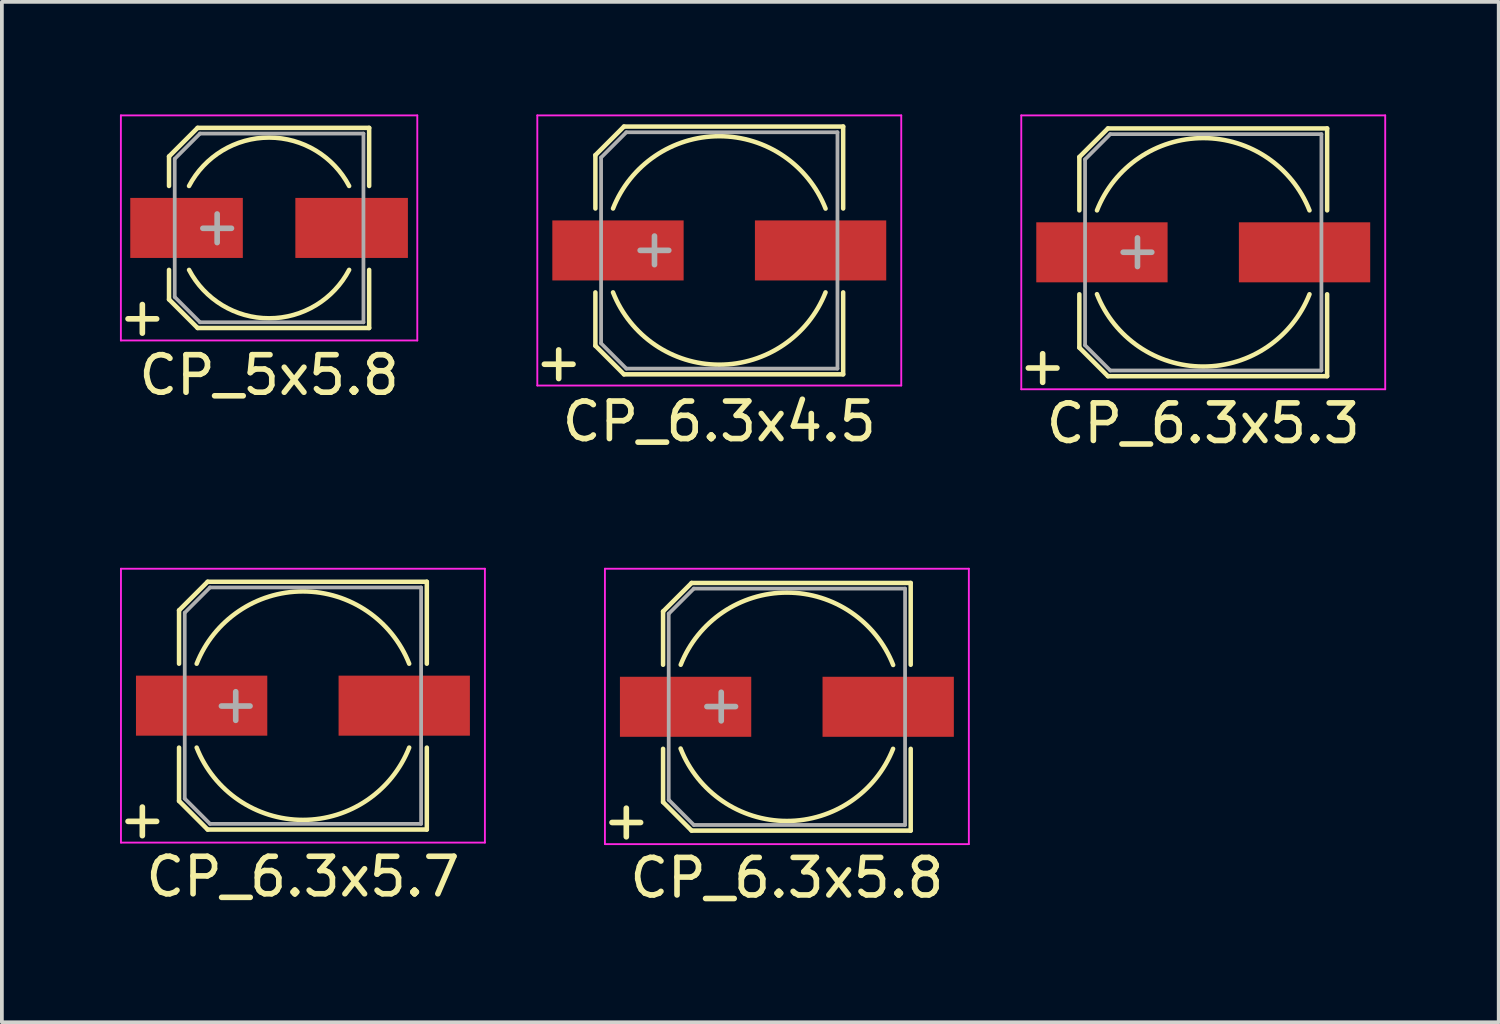
<source format=kicad_pcb>
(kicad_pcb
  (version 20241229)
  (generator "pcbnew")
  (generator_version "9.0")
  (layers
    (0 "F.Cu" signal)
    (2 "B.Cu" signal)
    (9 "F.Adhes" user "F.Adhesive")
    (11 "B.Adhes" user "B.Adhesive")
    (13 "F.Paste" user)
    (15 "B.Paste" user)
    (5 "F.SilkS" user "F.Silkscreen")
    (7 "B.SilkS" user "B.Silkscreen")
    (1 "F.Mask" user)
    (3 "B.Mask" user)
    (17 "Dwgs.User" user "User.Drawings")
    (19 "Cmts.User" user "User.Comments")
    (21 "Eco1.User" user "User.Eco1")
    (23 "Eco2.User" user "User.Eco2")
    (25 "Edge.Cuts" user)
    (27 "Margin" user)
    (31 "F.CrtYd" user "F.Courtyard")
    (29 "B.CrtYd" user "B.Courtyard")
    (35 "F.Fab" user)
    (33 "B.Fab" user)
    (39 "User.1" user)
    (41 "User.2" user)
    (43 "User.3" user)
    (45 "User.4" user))
  (footprint "CP_6.3x5.8"
    (layer "F.Cu")
    (at 17.923 15.788)
    (property "Reference" "CP_6.3x5.8" (at 0 4.56 0) (layer "F.SilkS") (effects (font (size 1 1) (thickness 0.15))))
    (attr smd)
    (fp_line (start -3.3 -2.54) (end -3.3 -1.12) (stroke (width 0.12) (type solid)) (layer "F.SilkS"))
    (fp_line (start -3.3 -2.54) (end -2.54 -3.3) (stroke (width 0.12) (type solid)) (layer "F.SilkS"))
    (fp_line (start -3.3 2.54) (end -3.3 1.12) (stroke (width 0.12) (type solid)) (layer "F.SilkS"))
    (fp_line (start -2.54 -3.3) (end 3.3 -3.3) (stroke (width 0.12) (type solid)) (layer "F.SilkS"))
    (fp_line (start -2.54 3.3) (end -3.3 2.54) (stroke (width 0.12) (type solid)) (layer "F.SilkS"))
    (fp_line (start 3.3 -3.3) (end 3.3 -1.12) (stroke (width 0.12) (type solid)) (layer "F.SilkS"))
    (fp_line (start 3.3 3.3) (end -2.54 3.3) (stroke (width 0.12) (type solid)) (layer "F.SilkS"))
    (fp_line (start 3.3 3.3) (end 3.3 1.12) (stroke (width 0.12) (type solid)) (layer "F.SilkS"))
    (fp_arc (start -2.83 -1.12) (mid 0.00301 -3.043565) (end 2.83221 -1.1144) (stroke (width 0.12) (type solid)) (layer "F.SilkS"))
    (fp_arc (start 2.83 1.12) (mid -0.004072 3.043564) (end -2.832987 1.112423) (stroke (width 0.12) (type solid)) (layer "F.SilkS"))
    (fp_line (start -4.85 -3.68) (end 4.85 -3.68) (stroke (width 0.05) (type solid)) (layer "F.CrtYd"))
    (fp_line (start -4.85 3.66) (end -4.85 -3.68) (stroke (width 0.05) (type solid)) (layer "F.CrtYd"))
    (fp_line (start 4.85 -3.68) (end 4.85 3.66) (stroke (width 0.05) (type solid)) (layer "F.CrtYd"))
    (fp_line (start 4.85 3.66) (end -4.85 3.66) (stroke (width 0.05) (type solid)) (layer "F.CrtYd"))
    (fp_line (start -3.15 -2.48) (end -3.15 2.48) (stroke (width 0.1) (type solid)) (layer "F.Fab"))
    (fp_line (start -3.15 2.48) (end -2.48 3.15) (stroke (width 0.1) (type solid)) (layer "F.Fab"))
    (fp_line (start -2.48 -3.15) (end -3.15 -2.48) (stroke (width 0.1) (type solid)) (layer "F.Fab"))
    (fp_line (start -2.48 3.15) (end 3.15 3.15) (stroke (width 0.1) (type solid)) (layer "F.Fab"))
    (fp_line (start 3.15 -3.15) (end -2.48 -3.15) (stroke (width 0.1) (type solid)) (layer "F.Fab"))
    (fp_line (start 3.15 3.15) (end 3.15 -3.15) (stroke (width 0.1) (type solid)) (layer "F.Fab"))
    (fp_text user "+" (at -4.28 3.01 0) (layer "F.SilkS") (effects (font (size 1 1) (thickness 0.15))))
    (fp_text user "+" (at -1.75 -0.08 0) (layer "F.Fab") (effects (font (size 1 1) (thickness 0.15))))
    (pad "1" smd rect (at -2.7 0 180) (size 3.5 1.6) (layers "F.Cu" "F.Mask" "F.Paste"))
    (pad "2" smd rect (at 2.7 0 180) (size 3.5 1.6) (layers "F.Cu" "F.Mask" "F.Paste")))
  (footprint "CP_6.3x4.5"
    (layer "F.Cu")
    (at 16.121 3.625)
    (property "Reference" "CP_6.3x4.5" (at 0 4.559 0) (layer "F.SilkS") (effects (font (size 1 1) (thickness 0.15))))
    (attr smd)
    (fp_line (start -3.302 -2.54) (end -3.302 -1.118) (stroke (width 0.12) (type solid)) (layer "F.SilkS"))
    (fp_line (start -3.302 -2.54) (end -2.54 -3.302) (stroke (width 0.12) (type solid)) (layer "F.SilkS"))
    (fp_line (start -3.302 2.54) (end -3.302 1.118) (stroke (width 0.12) (type solid)) (layer "F.SilkS"))
    (fp_line (start -2.54 -3.302) (end 3.302 -3.302) (stroke (width 0.12) (type solid)) (layer "F.SilkS"))
    (fp_line (start -2.54 3.302) (end -3.302 2.54) (stroke (width 0.12) (type solid)) (layer "F.SilkS"))
    (fp_line (start 3.302 -3.302) (end 3.302 -1.118) (stroke (width 0.12) (type solid)) (layer "F.SilkS"))
    (fp_line (start 3.302 3.302) (end -2.54 3.302) (stroke (width 0.12) (type solid)) (layer "F.SilkS"))
    (fp_line (start 3.302 3.302) (end 3.302 1.118) (stroke (width 0.12) (type solid)) (layer "F.SilkS"))
    (fp_arc (start -2.8321 -1.1176) (mid 0.001257 -3.044638) (end 2.833022 -1.115262) (stroke (width 0.12) (type solid)) (layer "F.SilkS"))
    (fp_arc (start 2.8321 1.1176) (mid 0 3.044638) (end -2.8321 1.1176) (stroke (width 0.12) (type solid)) (layer "F.SilkS"))
    (fp_line (start -4.85 -3.6) (end -4.85 3.6) (stroke (width 0.05) (type solid)) (layer "F.CrtYd"))
    (fp_line (start -4.85 3.6) (end 4.85 3.6) (stroke (width 0.05) (type solid)) (layer "F.CrtYd"))
    (fp_line (start 4.85 -3.6) (end -4.85 -3.6) (stroke (width 0.05) (type solid)) (layer "F.CrtYd"))
    (fp_line (start 4.85 3.6) (end 4.85 -3.6) (stroke (width 0.05) (type solid)) (layer "F.CrtYd"))
    (fp_line (start -3.15 -2.477) (end -3.15 2.477) (stroke (width 0.1) (type solid)) (layer "F.Fab"))
    (fp_line (start -3.15 2.477) (end -2.477 3.15) (stroke (width 0.1) (type solid)) (layer "F.Fab"))
    (fp_line (start -2.477 -3.15) (end -3.15 -2.477) (stroke (width 0.1) (type solid)) (layer "F.Fab"))
    (fp_line (start -2.477 3.15) (end 3.15 3.15) (stroke (width 0.1) (type solid)) (layer "F.Fab"))
    (fp_line (start 3.15 -3.15) (end -2.477 -3.15) (stroke (width 0.1) (type solid)) (layer "F.Fab"))
    (fp_line (start 3.15 3.15) (end 3.15 -3.15) (stroke (width 0.1) (type solid)) (layer "F.Fab"))
    (fp_text user "+" (at -4.28 2.959 0) (layer "F.SilkS") (effects (font (size 1 1) (thickness 0.15))))
    (fp_text user "+" (at -1.727 -0.076 0) (layer "F.Fab") (effects (font (size 1 1) (thickness 0.15))))
    (pad "1" smd rect (at -2.7 0 180) (size 3.5 1.6) (layers "F.Cu" "F.Mask" "F.Paste"))
    (pad "2" smd rect (at 2.7 0 180) (size 3.5 1.6) (layers "F.Cu" "F.Mask" "F.Paste")))
  (footprint "CP_6.3x5.7"
    (layer "F.Cu")
    (at 5.024 15.758)
    (property "Reference" "CP_6.3x5.7" (at 0 4.559 0) (layer "F.SilkS") (effects (font (size 1 1) (thickness 0.15))))
    (attr smd)
    (fp_line (start -3.302 -2.54) (end -3.302 -1.118) (stroke (width 0.12) (type solid)) (layer "F.SilkS"))
    (fp_line (start -3.302 -2.54) (end -2.54 -3.302) (stroke (width 0.12) (type solid)) (layer "F.SilkS"))
    (fp_line (start -3.302 2.54) (end -3.302 1.118) (stroke (width 0.12) (type solid)) (layer "F.SilkS"))
    (fp_line (start -2.54 -3.302) (end 3.302 -3.302) (stroke (width 0.12) (type solid)) (layer "F.SilkS"))
    (fp_line (start -2.54 3.302) (end -3.302 2.54) (stroke (width 0.12) (type solid)) (layer "F.SilkS"))
    (fp_line (start 3.302 -3.302) (end 3.302 -1.118) (stroke (width 0.12) (type solid)) (layer "F.SilkS"))
    (fp_line (start 3.302 3.302) (end -2.54 3.302) (stroke (width 0.12) (type solid)) (layer "F.SilkS"))
    (fp_line (start 3.302 3.302) (end 3.302 1.118) (stroke (width 0.12) (type solid)) (layer "F.SilkS"))
    (fp_arc (start -2.8321 -1.1176) (mid 0 -3.044638) (end 2.8321 -1.1176) (stroke (width 0.12) (type solid)) (layer "F.SilkS"))
    (fp_arc (start 2.8321 1.1176) (mid 0 3.044638) (end -2.8321 1.1176) (stroke (width 0.12) (type solid)) (layer "F.SilkS"))
    (fp_line (start -4.85 -3.65) (end -4.85 3.65) (stroke (width 0.05) (type solid)) (layer "F.CrtYd"))
    (fp_line (start -4.85 3.65) (end 4.85 3.65) (stroke (width 0.05) (type solid)) (layer "F.CrtYd"))
    (fp_line (start 4.85 -3.65) (end -4.85 -3.65) (stroke (width 0.05) (type solid)) (layer "F.CrtYd"))
    (fp_line (start 4.85 3.65) (end 4.85 -3.65) (stroke (width 0.05) (type solid)) (layer "F.CrtYd"))
    (fp_line (start -3.15 -2.477) (end -3.15 2.477) (stroke (width 0.1) (type solid)) (layer "F.Fab"))
    (fp_line (start -3.15 2.477) (end -2.477 3.15) (stroke (width 0.1) (type solid)) (layer "F.Fab"))
    (fp_line (start -2.477 -3.15) (end -3.15 -2.477) (stroke (width 0.1) (type solid)) (layer "F.Fab"))
    (fp_line (start -2.477 3.15) (end 3.15 3.15) (stroke (width 0.1) (type solid)) (layer "F.Fab"))
    (fp_line (start 3.15 -3.15) (end -2.477 -3.15) (stroke (width 0.1) (type solid)) (layer "F.Fab"))
    (fp_line (start 3.15 3.15) (end 3.15 -3.15) (stroke (width 0.1) (type solid)) (layer "F.Fab"))
    (fp_text user "+" (at -4.28 3.01 0) (layer "F.SilkS") (effects (font (size 1 1) (thickness 0.15))))
    (fp_text user "+" (at -1.791 -0.064 0) (layer "F.Fab") (effects (font (size 1 1) (thickness 0.15))))
    (pad "1" smd rect (at -2.7 0 180) (size 3.5 1.6) (layers "F.Cu" "F.Mask" "F.Paste"))
    (pad "2" smd rect (at 2.7 0 180) (size 3.5 1.6) (layers "F.Cu" "F.Mask" "F.Paste")))
  (footprint "CP_5x5.8"
    (layer "F.Cu")
    (at 4.122 3.025)
    (property "Reference" "CP_5x5.8" (at 0 3.924 0) (layer "F.SilkS") (effects (font (size 1 1) (thickness 0.15))))
    (attr smd)
    (fp_line (start -2.667 -1.905) (end -2.667 -1.118) (stroke (width 0.12) (type solid)) (layer "F.SilkS"))
    (fp_line (start -2.667 1.905) (end -2.667 1.118) (stroke (width 0.12) (type solid)) (layer "F.SilkS"))
    (fp_line (start -2.667 1.905) (end -1.905 2.667) (stroke (width 0.12) (type solid)) (layer "F.SilkS"))
    (fp_line (start -1.905 -2.667) (end -2.667 -1.905) (stroke (width 0.12) (type solid)) (layer "F.SilkS"))
    (fp_line (start -1.905 2.667) (end 2.667 2.667) (stroke (width 0.12) (type solid)) (layer "F.SilkS"))
    (fp_line (start 2.667 -2.667) (end -1.905 -2.667) (stroke (width 0.12) (type solid)) (layer "F.SilkS"))
    (fp_line (start 2.667 -2.667) (end 2.667 -1.118) (stroke (width 0.12) (type solid)) (layer "F.SilkS"))
    (fp_line (start 2.667 2.667) (end 2.667 1.118) (stroke (width 0.12) (type solid)) (layer "F.SilkS"))
    (fp_arc (start -2.1336 -1.1176) (mid 0 -2.408584) (end 2.1336 -1.1176) (stroke (width 0.12) (type solid)) (layer "F.SilkS"))
    (fp_arc (start 2.1336 1.1176) (mid 0.000549 2.408584) (end -2.133091 1.118572) (stroke (width 0.12) (type solid)) (layer "F.SilkS"))
    (fp_line (start -3.95 -3) (end -3.95 3) (stroke (width 0.05) (type solid)) (layer "F.CrtYd"))
    (fp_line (start -3.95 3) (end 3.95 3) (stroke (width 0.05) (type solid)) (layer "F.CrtYd"))
    (fp_line (start 3.95 -3) (end -3.95 -3) (stroke (width 0.05) (type solid)) (layer "F.CrtYd"))
    (fp_line (start 3.95 3) (end 3.95 -3) (stroke (width 0.05) (type solid)) (layer "F.CrtYd"))
    (fp_line (start -2.515 -1.841) (end -2.515 1.841) (stroke (width 0.1) (type solid)) (layer "F.Fab"))
    (fp_line (start -2.515 1.841) (end -1.841 2.515) (stroke (width 0.1) (type solid)) (layer "F.Fab"))
    (fp_line (start -1.841 -2.515) (end -2.515 -1.841) (stroke (width 0.1) (type solid)) (layer "F.Fab"))
    (fp_line (start -1.841 2.515) (end 2.515 2.515) (stroke (width 0.1) (type solid)) (layer "F.Fab"))
    (fp_line (start 2.515 -2.515) (end -1.841 -2.515) (stroke (width 0.1) (type solid)) (layer "F.Fab"))
    (fp_line (start 2.515 2.515) (end 2.515 -2.515) (stroke (width 0.1) (type solid)) (layer "F.Fab"))
    (fp_text user "+" (at -3.378 2.349 0) (layer "F.SilkS") (effects (font (size 1 1) (thickness 0.15))))
    (fp_text user "+" (at -1.384 -0.064 0) (layer "F.Fab") (effects (font (size 1 1) (thickness 0.15))))
    (pad "1" smd rect (at -2.2 0 180) (size 3 1.6) (layers "F.Cu" "F.Mask" "F.Paste"))
    (pad "2" smd rect (at 2.2 0 180) (size 3 1.6) (layers "F.Cu" "F.Mask" "F.Paste")))
  (footprint "CP_6.3x5.3"
    (layer "F.Cu")
    (at 29.02 3.675)
    (property "Reference" "CP_6.3x5.3" (at 0 4.559 0) (layer "F.SilkS") (effects (font (size 1 1) (thickness 0.15))))
    (attr smd)
    (fp_line (start -3.302 -2.54) (end -3.302 -1.118) (stroke (width 0.12) (type solid)) (layer "F.SilkS"))
    (fp_line (start -3.302 -2.54) (end -2.54 -3.302) (stroke (width 0.12) (type solid)) (layer "F.SilkS"))
    (fp_line (start -3.302 2.54) (end -3.302 1.118) (stroke (width 0.12) (type solid)) (layer "F.SilkS"))
    (fp_line (start -2.54 -3.302) (end 3.302 -3.302) (stroke (width 0.12) (type solid)) (layer "F.SilkS"))
    (fp_line (start -2.54 3.302) (end -3.302 2.54) (stroke (width 0.12) (type solid)) (layer "F.SilkS"))
    (fp_line (start 3.302 -3.302) (end 3.302 -1.118) (stroke (width 0.12) (type solid)) (layer "F.SilkS"))
    (fp_line (start 3.302 3.302) (end -2.54 3.302) (stroke (width 0.12) (type solid)) (layer "F.SilkS"))
    (fp_line (start 3.302 3.302) (end 3.302 1.118) (stroke (width 0.12) (type solid)) (layer "F.SilkS"))
    (fp_arc (start -2.8321 -1.1176) (mid 0 -3.044638) (end 2.8321 -1.1176) (stroke (width 0.12) (type solid)) (layer "F.SilkS"))
    (fp_arc (start 2.8321 1.1176) (mid -0.001072 3.044638) (end -2.832886 1.115606) (stroke (width 0.12) (type solid)) (layer "F.SilkS"))
    (fp_line (start -4.85 -3.65) (end -4.85 3.65) (stroke (width 0.05) (type solid)) (layer "F.CrtYd"))
    (fp_line (start -4.85 3.65) (end 4.85 3.65) (stroke (width 0.05) (type solid)) (layer "F.CrtYd"))
    (fp_line (start 4.85 -3.65) (end -4.85 -3.65) (stroke (width 0.05) (type solid)) (layer "F.CrtYd"))
    (fp_line (start 4.85 3.65) (end 4.85 -3.65) (stroke (width 0.05) (type solid)) (layer "F.CrtYd"))
    (fp_line (start -3.15 -2.477) (end -3.15 2.477) (stroke (width 0.1) (type solid)) (layer "F.Fab"))
    (fp_line (start -3.15 2.477) (end -2.477 3.15) (stroke (width 0.1) (type solid)) (layer "F.Fab"))
    (fp_line (start -2.477 -3.15) (end -3.15 -2.477) (stroke (width 0.1) (type solid)) (layer "F.Fab"))
    (fp_line (start -2.477 3.15) (end 3.15 3.15) (stroke (width 0.1) (type solid)) (layer "F.Fab"))
    (fp_line (start 3.15 -3.15) (end -2.477 -3.15) (stroke (width 0.1) (type solid)) (layer "F.Fab"))
    (fp_line (start 3.15 3.15) (end 3.15 -3.15) (stroke (width 0.1) (type solid)) (layer "F.Fab"))
    (fp_text user "+" (at -4.28 3.01 0) (layer "F.SilkS") (effects (font (size 1 1) (thickness 0.15))))
    (fp_text user "+" (at -1.753 -0.076 0) (layer "F.Fab") (effects (font (size 1 1) (thickness 0.15))))
    (pad "1" smd rect (at -2.7 0 180) (size 3.5 1.6) (layers "F.Cu" "F.Mask" "F.Paste"))
    (pad "2" smd rect (at 2.7 0 180) (size 3.5 1.6) (layers "F.Cu" "F.Mask" "F.Paste")))
  (gr_rect
    (start -3 -3)
    (end 36.895 24.196)
    (stroke (width 0.1) (type default))
    (fill no)
    (layer "Edge.Cuts")))
</source>
